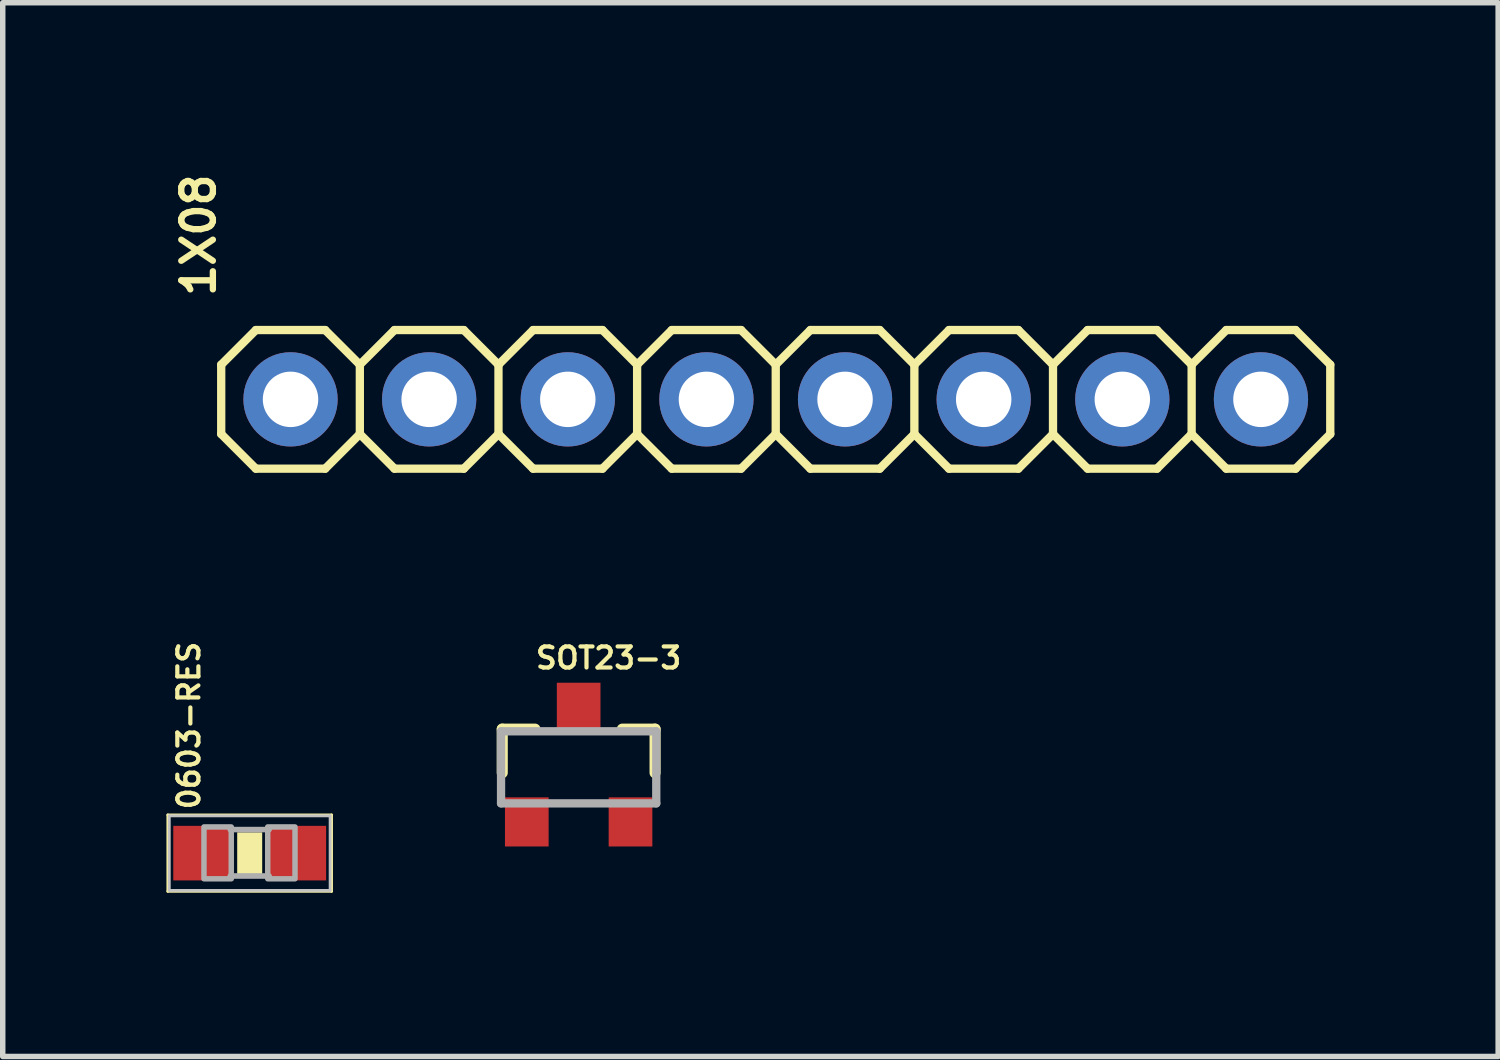
<source format=kicad_pcb>
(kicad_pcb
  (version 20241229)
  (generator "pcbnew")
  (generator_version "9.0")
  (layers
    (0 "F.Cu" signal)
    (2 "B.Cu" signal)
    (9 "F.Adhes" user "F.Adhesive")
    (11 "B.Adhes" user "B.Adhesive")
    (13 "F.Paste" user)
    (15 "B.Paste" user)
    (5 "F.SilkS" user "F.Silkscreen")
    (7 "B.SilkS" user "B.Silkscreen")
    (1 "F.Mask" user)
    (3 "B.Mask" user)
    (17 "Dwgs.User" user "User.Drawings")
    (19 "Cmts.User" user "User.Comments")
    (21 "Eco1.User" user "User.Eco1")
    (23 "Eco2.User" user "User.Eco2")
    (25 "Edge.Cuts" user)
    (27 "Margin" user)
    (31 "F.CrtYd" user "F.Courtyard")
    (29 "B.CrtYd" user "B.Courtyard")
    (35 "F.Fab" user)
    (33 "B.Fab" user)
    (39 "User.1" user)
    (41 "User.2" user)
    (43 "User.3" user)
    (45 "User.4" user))
  (footprint "0603-RES"
    (layer "F.Cu")
    (at 1.525 12.581)
    (property "Reference" "0603-RES" (at -0.889 -0.762 90) (layer "F.SilkS") (effects (font (size 0.386 0.386) (thickness 0.077)) (justify left bottom)))
    (attr through_hole)
    (fp_line (start -1.5 -0.7) (end 1.5 -0.7) (stroke (width 0.051) (type solid)) (layer "F.SilkS"))
    (fp_line (start -1.5 0.7) (end -1.5 -0.7) (stroke (width 0.051) (type solid)) (layer "F.SilkS"))
    (fp_line (start 1.5 -0.7) (end 1.5 0.7) (stroke (width 0.051) (type solid)) (layer "F.SilkS"))
    (fp_line (start 1.5 0.7) (end -1.5 0.7) (stroke (width 0.051) (type solid)) (layer "F.SilkS"))
    (fp_poly (pts (xy -0.229 0.381) (xy 0.229 0.381) (xy 0.229 -0.381) (xy -0.229 -0.381)) (stroke (width 0) (type solid)) (fill yes) (layer "F.SilkS"))
    (fp_poly (pts (xy -0.2 0.3) (xy 0.2 0.3) (xy 0.2 -0.3) (xy -0.2 -0.3)) (stroke (width 0) (type solid)) (fill yes) (layer "F.Adhes"))
    (fp_line (start -1.473 -0.683) (end 1.473 -0.683) (stroke (width 0.051) (type solid)) (layer "Dwgs.User"))
    (fp_line (start -1.473 0.683) (end -1.473 -0.683) (stroke (width 0.051) (type solid)) (layer "Dwgs.User"))
    (fp_line (start 1.473 -0.683) (end 1.473 0.683) (stroke (width 0.051) (type solid)) (layer "Dwgs.User"))
    (fp_line (start 1.473 0.683) (end -1.473 0.683) (stroke (width 0.051) (type solid)) (layer "Dwgs.User"))
    (fp_line (start -0.356 -0.432) (end 0.356 -0.432) (stroke (width 0.102) (type solid)) (layer "F.Fab"))
    (fp_line (start -0.356 0.419) (end 0.356 0.419) (stroke (width 0.102) (type solid)) (layer "F.Fab"))
    (fp_poly (pts (xy -0.838 0.47) (xy -0.338 0.47) (xy -0.338 -0.48) (xy -0.838 -0.48)) (stroke (width 0.1) (type solid)) (fill no) (layer "F.Fab"))
    (fp_poly (pts (xy 0.33 0.47) (xy 0.83 0.47) (xy 0.83 -0.48) (xy 0.33 -0.48)) (stroke (width 0.1) (type solid)) (fill no) (layer "F.Fab"))
    (pad "1" smd rect (at -0.85 0) (size 1.1 1) (layers "F.Cu" "F.Mask" "F.Paste"))
    (pad "2" smd rect (at 0.85 0) (size 1.1 1) (layers "F.Cu" "F.Mask" "F.Paste")))
  (footprint "SOT23-3"
    (layer "F.Cu")
    (at 7.552 11.009)
    (property "Reference" "SOT23-3" (at -0.826 -1.778 0) (layer "F.SilkS") (effects (font (size 0.386 0.386) (thickness 0.077)) (justify left bottom)))
    (attr through_hole)
    (fp_line (start -1.4 -0.7) (end -1.4 0.1) (stroke (width 0.203) (type solid)) (layer "F.SilkS"))
    (fp_line (start -0.8 -0.7) (end -1.4 -0.7) (stroke (width 0.203) (type solid)) (layer "F.SilkS"))
    (fp_line (start 0.8 -0.7) (end 1.4 -0.7) (stroke (width 0.203) (type solid)) (layer "F.SilkS"))
    (fp_line (start 1.4 -0.7) (end 1.4 0.1) (stroke (width 0.203) (type solid)) (layer "F.SilkS"))
    (fp_line (start -1.422 -0.66) (end 1.422 -0.66) (stroke (width 0.152) (type solid)) (layer "F.Fab"))
    (fp_line (start -1.422 0.66) (end -1.422 -0.66) (stroke (width 0.152) (type solid)) (layer "F.Fab"))
    (fp_line (start 1.422 -0.66) (end 1.422 0.66) (stroke (width 0.152) (type solid)) (layer "F.Fab"))
    (fp_line (start 1.422 0.66) (end -1.422 0.66) (stroke (width 0.152) (type solid)) (layer "F.Fab"))
    (pad "1" smd rect (at -0.95 1) (size 0.8 0.9) (layers "F.Cu" "F.Mask" "F.Paste"))
    (pad "2" smd rect (at 0.95 1) (size 0.8 0.9) (layers "F.Cu" "F.Mask" "F.Paste"))
    (pad "3" smd rect (at 0 -1.1) (size 0.8 0.9) (layers "F.Cu" "F.Mask" "F.Paste")))
  (footprint "1X08"
    (layer "F.Cu")
    (at 11.163 4.267)
    (property "Reference" "1X08" (at -10.236 -1.829 90) (layer "F.SilkS") (effects (font (size 0.579 0.579) (thickness 0.116)) (justify left bottom)))
    (attr through_hole)
    (fp_line (start -10.16 -0.635) (end -10.16 0.635) (stroke (width 0.152) (type solid)) (layer "F.SilkS"))
    (fp_line (start -10.16 0.635) (end -9.525 1.27) (stroke (width 0.152) (type solid)) (layer "F.SilkS"))
    (fp_line (start -9.525 -1.27) (end -10.16 -0.635) (stroke (width 0.152) (type solid)) (layer "F.SilkS"))
    (fp_line (start -9.525 -1.27) (end -8.255 -1.27) (stroke (width 0.152) (type solid)) (layer "F.SilkS"))
    (fp_line (start -8.255 -1.27) (end -7.62 -0.635) (stroke (width 0.152) (type solid)) (layer "F.SilkS"))
    (fp_line (start -8.255 1.27) (end -9.525 1.27) (stroke (width 0.152) (type solid)) (layer "F.SilkS"))
    (fp_line (start -7.62 -0.635) (end -7.62 0.635) (stroke (width 0.152) (type solid)) (layer "F.SilkS"))
    (fp_line (start -7.62 -0.635) (end -6.985 -1.27) (stroke (width 0.152) (type solid)) (layer "F.SilkS"))
    (fp_line (start -7.62 0.635) (end -8.255 1.27) (stroke (width 0.152) (type solid)) (layer "F.SilkS"))
    (fp_line (start -6.985 -1.27) (end -5.715 -1.27) (stroke (width 0.152) (type solid)) (layer "F.SilkS"))
    (fp_line (start -6.985 1.27) (end -7.62 0.635) (stroke (width 0.152) (type solid)) (layer "F.SilkS"))
    (fp_line (start -5.715 -1.27) (end -5.08 -0.635) (stroke (width 0.152) (type solid)) (layer "F.SilkS"))
    (fp_line (start -5.715 1.27) (end -6.985 1.27) (stroke (width 0.152) (type solid)) (layer "F.SilkS"))
    (fp_line (start -5.08 -0.635) (end -5.08 0.635) (stroke (width 0.152) (type solid)) (layer "F.SilkS"))
    (fp_line (start -5.08 -0.635) (end -4.445 -1.27) (stroke (width 0.152) (type solid)) (layer "F.SilkS"))
    (fp_line (start -5.08 0.635) (end -5.715 1.27) (stroke (width 0.152) (type solid)) (layer "F.SilkS"))
    (fp_line (start -4.445 -1.27) (end -3.175 -1.27) (stroke (width 0.152) (type solid)) (layer "F.SilkS"))
    (fp_line (start -4.445 1.27) (end -5.08 0.635) (stroke (width 0.152) (type solid)) (layer "F.SilkS"))
    (fp_line (start -3.175 -1.27) (end -2.54 -0.635) (stroke (width 0.152) (type solid)) (layer "F.SilkS"))
    (fp_line (start -3.175 1.27) (end -4.445 1.27) (stroke (width 0.152) (type solid)) (layer "F.SilkS"))
    (fp_line (start -2.54 -0.635) (end -2.54 0.635) (stroke (width 0.152) (type solid)) (layer "F.SilkS"))
    (fp_line (start -2.54 0.635) (end -3.175 1.27) (stroke (width 0.152) (type solid)) (layer "F.SilkS"))
    (fp_line (start -2.54 0.635) (end -1.905 1.27) (stroke (width 0.152) (type solid)) (layer "F.SilkS"))
    (fp_line (start -1.905 -1.27) (end -2.54 -0.635) (stroke (width 0.152) (type solid)) (layer "F.SilkS"))
    (fp_line (start -1.905 -1.27) (end -0.635 -1.27) (stroke (width 0.152) (type solid)) (layer "F.SilkS"))
    (fp_line (start -0.635 -1.27) (end 0 -0.635) (stroke (width 0.152) (type solid)) (layer "F.SilkS"))
    (fp_line (start -0.635 1.27) (end -1.905 1.27) (stroke (width 0.152) (type solid)) (layer "F.SilkS"))
    (fp_line (start 0 -0.635) (end 0 0.635) (stroke (width 0.152) (type solid)) (layer "F.SilkS"))
    (fp_line (start 0 -0.635) (end 0.635 -1.27) (stroke (width 0.152) (type solid)) (layer "F.SilkS"))
    (fp_line (start 0 0.635) (end -0.635 1.27) (stroke (width 0.152) (type solid)) (layer "F.SilkS"))
    (fp_line (start 0.635 -1.27) (end 1.905 -1.27) (stroke (width 0.152) (type solid)) (layer "F.SilkS"))
    (fp_line (start 0.635 1.27) (end 0 0.635) (stroke (width 0.152) (type solid)) (layer "F.SilkS"))
    (fp_line (start 1.905 -1.27) (end 2.54 -0.635) (stroke (width 0.152) (type solid)) (layer "F.SilkS"))
    (fp_line (start 1.905 1.27) (end 0.635 1.27) (stroke (width 0.152) (type solid)) (layer "F.SilkS"))
    (fp_line (start 2.54 -0.635) (end 2.54 0.635) (stroke (width 0.152) (type solid)) (layer "F.SilkS"))
    (fp_line (start 2.54 -0.635) (end 3.175 -1.27) (stroke (width 0.152) (type solid)) (layer "F.SilkS"))
    (fp_line (start 2.54 0.635) (end 1.905 1.27) (stroke (width 0.152) (type solid)) (layer "F.SilkS"))
    (fp_line (start 3.175 -1.27) (end 4.445 -1.27) (stroke (width 0.152) (type solid)) (layer "F.SilkS"))
    (fp_line (start 3.175 1.27) (end 2.54 0.635) (stroke (width 0.152) (type solid)) (layer "F.SilkS"))
    (fp_line (start 4.445 -1.27) (end 5.08 -0.635) (stroke (width 0.152) (type solid)) (layer "F.SilkS"))
    (fp_line (start 4.445 1.27) (end 3.175 1.27) (stroke (width 0.152) (type solid)) (layer "F.SilkS"))
    (fp_line (start 5.08 -0.635) (end 5.08 0.635) (stroke (width 0.152) (type solid)) (layer "F.SilkS"))
    (fp_line (start 5.08 0.635) (end 4.445 1.27) (stroke (width 0.152) (type solid)) (layer "F.SilkS"))
    (fp_line (start 5.08 0.635) (end 5.715 1.27) (stroke (width 0.152) (type solid)) (layer "F.SilkS"))
    (fp_line (start 5.715 -1.27) (end 5.08 -0.635) (stroke (width 0.152) (type solid)) (layer "F.SilkS"))
    (fp_line (start 5.715 -1.27) (end 6.985 -1.27) (stroke (width 0.152) (type solid)) (layer "F.SilkS"))
    (fp_line (start 6.985 -1.27) (end 7.62 -0.635) (stroke (width 0.152) (type solid)) (layer "F.SilkS"))
    (fp_line (start 6.985 1.27) (end 5.715 1.27) (stroke (width 0.152) (type solid)) (layer "F.SilkS"))
    (fp_line (start 7.62 -0.635) (end 7.62 0.635) (stroke (width 0.152) (type solid)) (layer "F.SilkS"))
    (fp_line (start 7.62 0.635) (end 6.985 1.27) (stroke (width 0.152) (type solid)) (layer "F.SilkS"))
    (fp_line (start 7.62 0.635) (end 8.255 1.27) (stroke (width 0.152) (type solid)) (layer "F.SilkS"))
    (fp_line (start 8.255 -1.27) (end 7.62 -0.635) (stroke (width 0.152) (type solid)) (layer "F.SilkS"))
    (fp_line (start 8.255 -1.27) (end 9.525 -1.27) (stroke (width 0.152) (type solid)) (layer "F.SilkS"))
    (fp_line (start 9.525 -1.27) (end 10.16 -0.635) (stroke (width 0.152) (type solid)) (layer "F.SilkS"))
    (fp_line (start 9.525 1.27) (end 8.255 1.27) (stroke (width 0.152) (type solid)) (layer "F.SilkS"))
    (fp_line (start 10.16 -0.635) (end 10.16 0.635) (stroke (width 0.152) (type solid)) (layer "F.SilkS"))
    (fp_line (start 10.16 0.635) (end 9.525 1.27) (stroke (width 0.152) (type solid)) (layer "F.SilkS"))
    (fp_poly (pts (xy -9.144 0.254) (xy -8.636 0.254) (xy -8.636 -0.254) (xy -9.144 -0.254)) (stroke (width 0.1) (type solid)) (fill no) (layer "F.Fab"))
    (fp_poly (pts (xy -6.604 0.254) (xy -6.096 0.254) (xy -6.096 -0.254) (xy -6.604 -0.254)) (stroke (width 0.1) (type solid)) (fill no) (layer "F.Fab"))
    (fp_poly (pts (xy -4.064 0.254) (xy -3.556 0.254) (xy -3.556 -0.254) (xy -4.064 -0.254)) (stroke (width 0.1) (type solid)) (fill no) (layer "F.Fab"))
    (fp_poly (pts (xy -1.524 0.254) (xy -1.016 0.254) (xy -1.016 -0.254) (xy -1.524 -0.254)) (stroke (width 0.1) (type solid)) (fill no) (layer "F.Fab"))
    (fp_poly (pts (xy 1.016 0.254) (xy 1.524 0.254) (xy 1.524 -0.254) (xy 1.016 -0.254)) (stroke (width 0.1) (type solid)) (fill no) (layer "F.Fab"))
    (fp_poly (pts (xy 3.556 0.254) (xy 4.064 0.254) (xy 4.064 -0.254) (xy 3.556 -0.254)) (stroke (width 0.1) (type solid)) (fill no) (layer "F.Fab"))
    (fp_poly (pts (xy 6.096 0.254) (xy 6.604 0.254) (xy 6.604 -0.254) (xy 6.096 -0.254)) (stroke (width 0.1) (type solid)) (fill no) (layer "F.Fab"))
    (fp_poly (pts (xy 8.636 0.254) (xy 9.144 0.254) (xy 9.144 -0.254) (xy 8.636 -0.254)) (stroke (width 0.1) (type solid)) (fill no) (layer "F.Fab"))
    (pad "1" thru_hole circle (at -8.89 0 90) (size 1.727 1.727) (drill 1.016) (layers "*.Cu" "*.Mask"))
    (pad "2" thru_hole circle (at -6.35 0 90) (size 1.727 1.727) (drill 1.016) (layers "*.Cu" "*.Mask"))
    (pad "3" thru_hole circle (at -3.81 0 90) (size 1.727 1.727) (drill 1.016) (layers "*.Cu" "*.Mask"))
    (pad "4" thru_hole circle (at -1.27 0 90) (size 1.727 1.727) (drill 1.016) (layers "*.Cu" "*.Mask"))
    (pad "5" thru_hole circle (at 1.27 0 90) (size 1.727 1.727) (drill 1.016) (layers "*.Cu" "*.Mask"))
    (pad "6" thru_hole circle (at 3.81 0 90) (size 1.727 1.727) (drill 1.016) (layers "*.Cu" "*.Mask"))
    (pad "7" thru_hole circle (at 6.35 0 90) (size 1.727 1.727) (drill 1.016) (layers "*.Cu" "*.Mask"))
    (pad "8" thru_hole circle (at 8.89 0 90) (size 1.727 1.727) (drill 1.016) (layers "*.Cu" "*.Mask")))
  (gr_rect
    (start -3 -3)
    (end 24.399 16.307)
    (stroke (width 0.1) (type default))
    (fill no)
    (layer "Edge.Cuts")))
</source>
